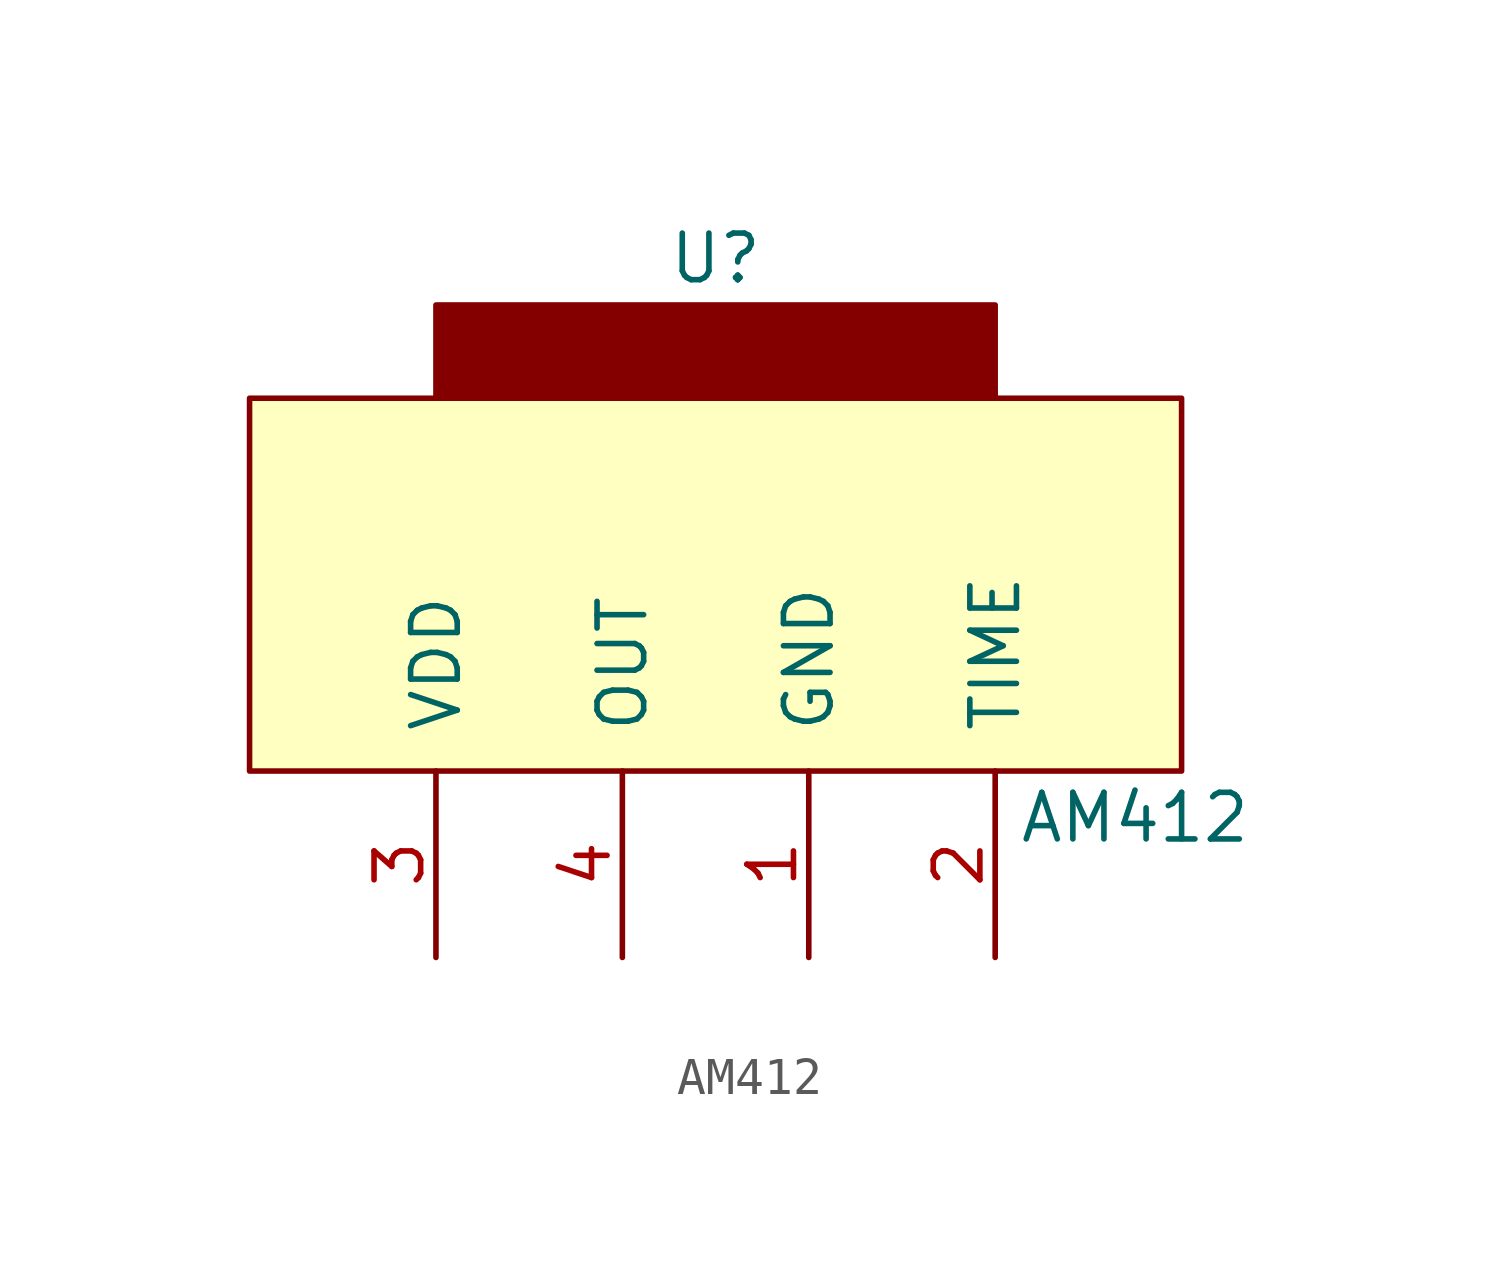
<source format=kicad_sym>
(kicad_symbol_lib
  (version 20211014)
  (generator kicad_symbol_editor)
  (symbol "AM412"
    (pin_names
      (offset 1.016))
    (property "Reference" "U"
      (at 0 8.89 0)
      (effects (font (size 1.27 1.27))))
    (property "Value" "AM412"
      (at 11.43 -6.35 0)
      (effects (font (size 1.27 1.27))))
    (symbol "AM412_0_1"
      (rectangle (start -12.7 -5.08) (end 12.7 5.08) (stroke (width 0.152) (type default) (color 0 0 0 0)) (fill (type background)))
      (rectangle (start -7.62 5.08) (end 7.62 7.62) (stroke (width 0.152) (type default) (color 0 0 0 0)) (fill (type outline))))
    (symbol "AM412_1_1"
      (pin passive line (at 2.54 -10.16 90) (length 5.08) (name "GND" (effects (font (size 1.27 1.27)))) (number "1" (effects (font (size 1.27 1.27)))))
      (pin input line (at 7.62 -10.16 90) (length 5.08) (name "TIME" (effects (font (size 1.27 1.27)))) (number "2" (effects (font (size 1.27 1.27)))))
      (pin power_in line (at -7.62 -10.16 90) (length 5.08) (name "VDD" (effects (font (size 1.27 1.27)))) (number "3" (effects (font (size 1.27 1.27)))))
      (pin output line (at -2.54 -10.16 90) (length 5.08) (name "OUT" (effects (font (size 1.27 1.27)))) (number "4" (effects (font (size 1.27 1.27))))))))
</source>
